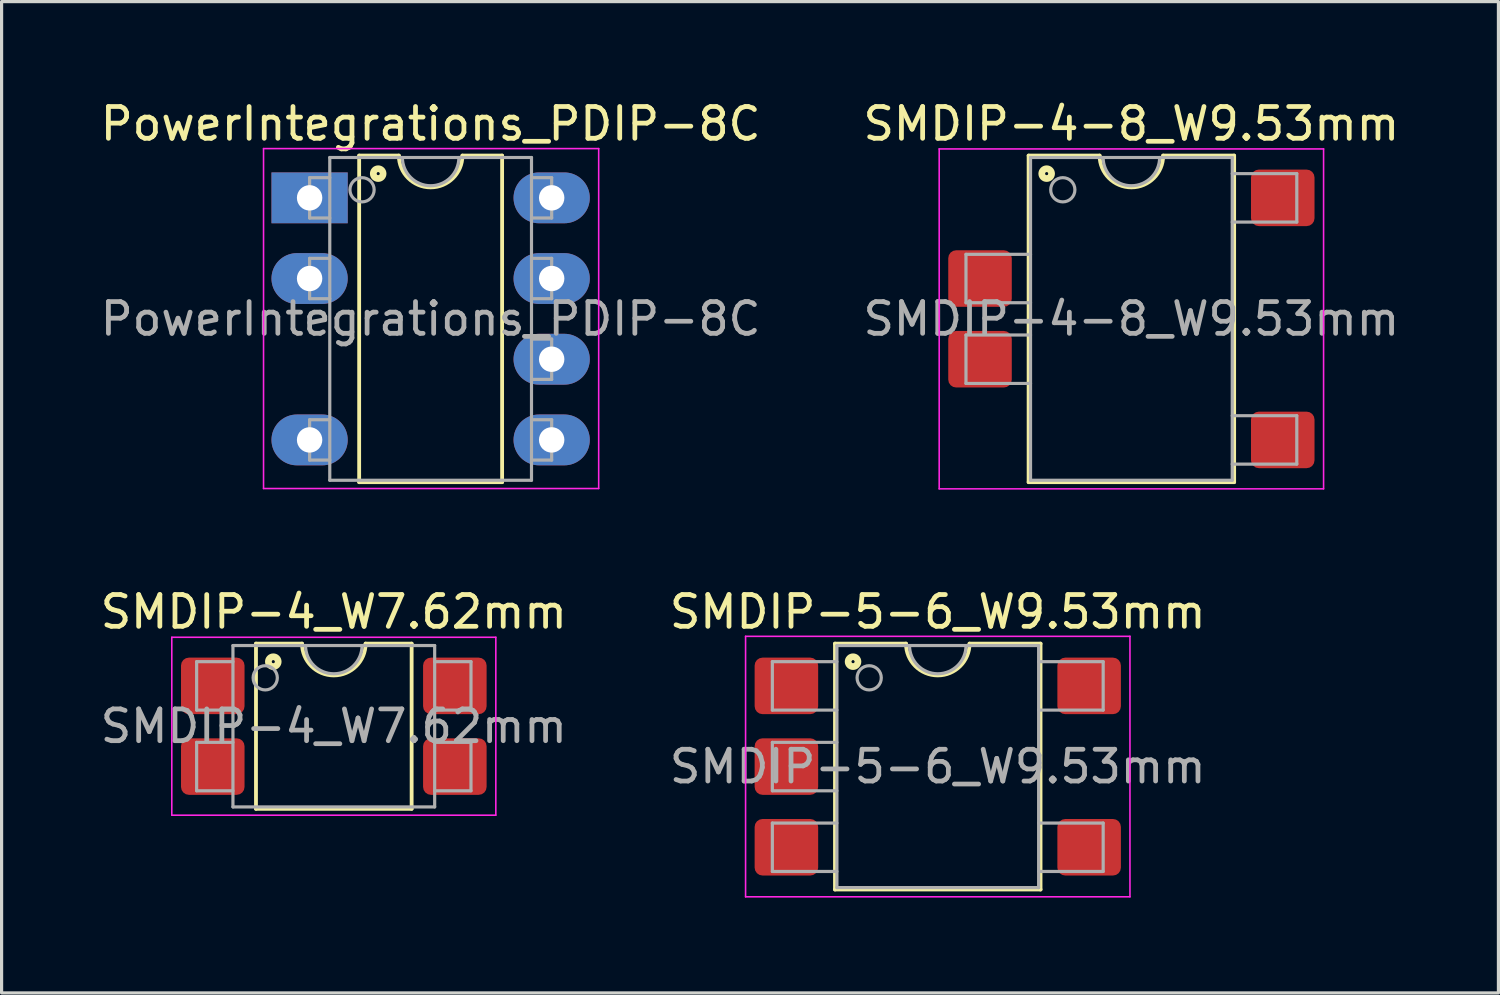
<source format=kicad_pcb>
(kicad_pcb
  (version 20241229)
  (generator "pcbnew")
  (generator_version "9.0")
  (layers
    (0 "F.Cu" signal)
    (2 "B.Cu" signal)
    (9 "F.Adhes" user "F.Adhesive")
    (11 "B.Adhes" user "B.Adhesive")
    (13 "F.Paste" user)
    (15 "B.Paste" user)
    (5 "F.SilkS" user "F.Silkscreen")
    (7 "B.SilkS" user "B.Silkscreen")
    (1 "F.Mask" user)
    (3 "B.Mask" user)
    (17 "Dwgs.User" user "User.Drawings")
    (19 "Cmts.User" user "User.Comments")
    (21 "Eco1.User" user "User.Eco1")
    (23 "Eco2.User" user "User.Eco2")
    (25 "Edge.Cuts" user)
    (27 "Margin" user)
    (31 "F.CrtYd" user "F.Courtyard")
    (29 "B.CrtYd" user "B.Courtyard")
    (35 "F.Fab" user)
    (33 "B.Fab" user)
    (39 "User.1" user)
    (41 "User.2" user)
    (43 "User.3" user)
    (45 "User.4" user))
  (footprint "SMDIP-5-6_W9.53mm"
    (layer "F.Cu")
    (at 26.47 21.081)
    (property "Reference" "SMDIP-5-6_W9.53mm" (at 0 -4.87 0) (layer "F.SilkS") (effects (font (size 1 1) (thickness 0.15))))
    (attr smd)
    (fp_line (start -3.235 -3.87) (end -3.235 3.87) (stroke (width 0.12) (type solid)) (layer "F.SilkS"))
    (fp_line (start -3.235 3.87) (end 3.235 3.87) (stroke (width 0.12) (type solid)) (layer "F.SilkS"))
    (fp_line (start -1 -3.87) (end -3.235 -3.87) (stroke (width 0.12) (type solid)) (layer "F.SilkS"))
    (fp_line (start 3.235 -3.87) (end 1 -3.87) (stroke (width 0.12) (type solid)) (layer "F.SilkS"))
    (fp_line (start 3.235 3.87) (end 3.235 -3.87) (stroke (width 0.12) (type solid)) (layer "F.SilkS"))
    (fp_arc (start 1 -3.87) (mid 0 -2.87) (end -1 -3.87) (stroke (width 0.12) (type solid)) (layer "F.SilkS"))
    (fp_circle (center -2.667 -3.302) (end -2.617 -3.302) (stroke (width 0.12) (type solid)) (fill no) (layer "F.SilkS"))
    (fp_circle (center -2.667 -3.302) (end -2.542 -3.302) (stroke (width 0.12) (type solid)) (fill no) (layer "F.SilkS"))
    (fp_circle (center -2.667 -3.302) (end -2.467 -3.302) (stroke (width 0.12) (type solid)) (fill no) (layer "F.SilkS"))
    (fp_line (start -6.05 -4.1) (end -6.05 4.1) (stroke (width 0.05) (type solid)) (layer "F.CrtYd"))
    (fp_line (start -6.05 4.1) (end 6.05 4.1) (stroke (width 0.05) (type solid)) (layer "F.CrtYd"))
    (fp_line (start 6.05 -4.1) (end -6.05 -4.1) (stroke (width 0.05) (type solid)) (layer "F.CrtYd"))
    (fp_line (start 6.05 4.1) (end 6.05 -4.1) (stroke (width 0.05) (type solid)) (layer "F.CrtYd"))
    (fp_line (start -5.207 -3.302) (end -5.207 -1.778) (stroke (width 0.1) (type solid)) (layer "F.Fab"))
    (fp_line (start -5.207 -3.302) (end -3.175 -3.302) (stroke (width 0.1) (type solid)) (layer "F.Fab"))
    (fp_line (start -5.207 -1.778) (end -3.175 -1.778) (stroke (width 0.1) (type solid)) (layer "F.Fab"))
    (fp_line (start -5.207 -0.762) (end -5.207 0.762) (stroke (width 0.1) (type solid)) (layer "F.Fab"))
    (fp_line (start -5.207 -0.762) (end -3.175 -0.762) (stroke (width 0.1) (type solid)) (layer "F.Fab"))
    (fp_line (start -5.207 0.762) (end -3.175 0.762) (stroke (width 0.1) (type solid)) (layer "F.Fab"))
    (fp_line (start -5.207 1.778) (end -5.207 3.302) (stroke (width 0.1) (type solid)) (layer "F.Fab"))
    (fp_line (start -5.207 1.778) (end -3.175 1.778) (stroke (width 0.1) (type solid)) (layer "F.Fab"))
    (fp_line (start -5.207 3.302) (end -3.175 3.302) (stroke (width 0.1) (type solid)) (layer "F.Fab"))
    (fp_line (start -3.175 -3.81) (end 3.175 -3.81) (stroke (width 0.1) (type solid)) (layer "F.Fab"))
    (fp_line (start -3.175 3.81) (end -3.175 -3.81) (stroke (width 0.1) (type solid)) (layer "F.Fab"))
    (fp_line (start 3.175 -3.81) (end 3.175 3.81) (stroke (width 0.1) (type solid)) (layer "F.Fab"))
    (fp_line (start 3.175 3.81) (end -3.175 3.81) (stroke (width 0.1) (type solid)) (layer "F.Fab"))
    (fp_line (start 5.207 -3.302) (end 3.175 -3.302) (stroke (width 0.1) (type solid)) (layer "F.Fab"))
    (fp_line (start 5.207 -1.778) (end 3.175 -1.778) (stroke (width 0.1) (type solid)) (layer "F.Fab"))
    (fp_line (start 5.207 -1.778) (end 5.207 -3.302) (stroke (width 0.1) (type solid)) (layer "F.Fab"))
    (fp_line (start 5.207 1.778) (end 3.175 1.778) (stroke (width 0.1) (type solid)) (layer "F.Fab"))
    (fp_line (start 5.207 3.302) (end 3.175 3.302) (stroke (width 0.1) (type solid)) (layer "F.Fab"))
    (fp_line (start 5.207 3.302) (end 5.207 1.778) (stroke (width 0.1) (type solid)) (layer "F.Fab"))
    (fp_arc (start 0.889 -3.81) (mid 0 -2.921) (end -0.889 -3.81) (stroke (width 0.1) (type solid)) (layer "F.Fab"))
    (fp_circle (center -2.159 -2.794) (end -1.778 -2.794) (stroke (width 0.1) (type solid)) (fill no) (layer "F.Fab"))
    (fp_text user "${REFERENCE}" (at 0 0 0) (layer "F.Fab") (effects (font (size 1 1) (thickness 0.15))))
    (pad "1" smd roundrect (at -4.765 -2.54) (size 2 1.78) (layers "F.Cu" "F.Mask" "F.Paste") (roundrect_rratio 0.14))
    (pad "2" smd roundrect (at -4.765 0) (size 2 1.78) (layers "F.Cu" "F.Mask" "F.Paste") (roundrect_rratio 0.14))
    (pad "3" smd roundrect (at -4.765 2.54) (size 2 1.78) (layers "F.Cu" "F.Mask" "F.Paste") (roundrect_rratio 0.14))
    (pad "4" smd roundrect (at 4.765 2.54) (size 2 1.78) (layers "F.Cu" "F.Mask" "F.Paste") (roundrect_rratio 0.14))
    (pad "6" smd roundrect (at 4.765 -2.54) (size 2 1.78) (layers "F.Cu" "F.Mask" "F.Paste") (roundrect_rratio 0.14)))
  (footprint "SMDIP-4_W7.62mm"
    (layer "F.Cu")
    (at 7.458 19.811)
    (property "Reference" "SMDIP-4_W7.62mm" (at 0 -3.6 0) (layer "F.SilkS") (effects (font (size 1 1) (thickness 0.15))))
    (attr smd)
    (fp_line (start -2.45 -2.6) (end -2.45 2.6) (stroke (width 0.12) (type solid)) (layer "F.SilkS"))
    (fp_line (start -2.45 2.6) (end 2.45 2.6) (stroke (width 0.12) (type solid)) (layer "F.SilkS"))
    (fp_line (start -1 -2.6) (end -2.45 -2.6) (stroke (width 0.12) (type solid)) (layer "F.SilkS"))
    (fp_line (start 2.45 -2.6) (end 1 -2.6) (stroke (width 0.12) (type solid)) (layer "F.SilkS"))
    (fp_line (start 2.45 2.6) (end 2.45 -2.6) (stroke (width 0.12) (type solid)) (layer "F.SilkS"))
    (fp_arc (start 1 -2.6) (mid 0 -1.6) (end -1 -2.6) (stroke (width 0.12) (type solid)) (layer "F.SilkS"))
    (fp_circle (center -1.905 -2.032) (end -1.855 -2.032) (stroke (width 0.12) (type solid)) (fill no) (layer "F.SilkS"))
    (fp_circle (center -1.905 -2.032) (end -1.78 -2.032) (stroke (width 0.12) (type solid)) (fill no) (layer "F.SilkS"))
    (fp_circle (center -1.905 -2.032) (end -1.705 -2.032) (stroke (width 0.12) (type solid)) (fill no) (layer "F.SilkS"))
    (fp_line (start -5.1 -2.8) (end -5.1 2.8) (stroke (width 0.05) (type solid)) (layer "F.CrtYd"))
    (fp_line (start -5.1 2.8) (end 5.1 2.8) (stroke (width 0.05) (type solid)) (layer "F.CrtYd"))
    (fp_line (start 5.1 -2.8) (end -5.1 -2.8) (stroke (width 0.05) (type solid)) (layer "F.CrtYd"))
    (fp_line (start 5.1 2.8) (end 5.1 -2.8) (stroke (width 0.05) (type solid)) (layer "F.CrtYd"))
    (fp_line (start -4.318 -2.032) (end -4.318 -0.508) (stroke (width 0.1) (type solid)) (layer "F.Fab"))
    (fp_line (start -4.318 -2.032) (end -3.175 -2.032) (stroke (width 0.1) (type solid)) (layer "F.Fab"))
    (fp_line (start -4.318 -0.508) (end -3.175 -0.508) (stroke (width 0.1) (type solid)) (layer "F.Fab"))
    (fp_line (start -4.318 0.508) (end -4.318 2.032) (stroke (width 0.1) (type solid)) (layer "F.Fab"))
    (fp_line (start -4.318 0.508) (end -3.175 0.508) (stroke (width 0.1) (type solid)) (layer "F.Fab"))
    (fp_line (start -4.318 2.032) (end -3.175 2.032) (stroke (width 0.1) (type solid)) (layer "F.Fab"))
    (fp_line (start -3.175 -2.54) (end 3.175 -2.54) (stroke (width 0.1) (type solid)) (layer "F.Fab"))
    (fp_line (start -3.175 2.54) (end -3.175 -2.54) (stroke (width 0.1) (type solid)) (layer "F.Fab"))
    (fp_line (start 3.175 -2.54) (end 3.175 2.54) (stroke (width 0.1) (type solid)) (layer "F.Fab"))
    (fp_line (start 3.175 2.54) (end -3.175 2.54) (stroke (width 0.1) (type solid)) (layer "F.Fab"))
    (fp_line (start 4.318 -2.032) (end 3.175 -2.032) (stroke (width 0.1) (type solid)) (layer "F.Fab"))
    (fp_line (start 4.318 -0.508) (end 3.175 -0.508) (stroke (width 0.1) (type solid)) (layer "F.Fab"))
    (fp_line (start 4.318 -0.508) (end 4.318 -2.032) (stroke (width 0.1) (type solid)) (layer "F.Fab"))
    (fp_line (start 4.318 0.508) (end 3.175 0.508) (stroke (width 0.1) (type solid)) (layer "F.Fab"))
    (fp_line (start 4.318 2.032) (end 3.175 2.032) (stroke (width 0.1) (type solid)) (layer "F.Fab"))
    (fp_line (start 4.318 2.032) (end 4.318 0.508) (stroke (width 0.1) (type solid)) (layer "F.Fab"))
    (fp_arc (start 0.889 -2.54) (mid 0 -1.651) (end -0.889 -2.54) (stroke (width 0.1) (type solid)) (layer "F.Fab"))
    (fp_circle (center -2.159 -1.524) (end -1.778 -1.524) (stroke (width 0.1) (type solid)) (fill no) (layer "F.Fab"))
    (fp_text user "${REFERENCE}" (at 0 0 0) (layer "F.Fab") (effects (font (size 1 1) (thickness 0.15))))
    (pad "1" smd roundrect (at -3.81 -1.27) (size 2 1.78) (layers "F.Cu" "F.Mask" "F.Paste") (roundrect_rratio 0.14))
    (pad "2" smd roundrect (at -3.81 1.27) (size 2 1.78) (layers "F.Cu" "F.Mask" "F.Paste") (roundrect_rratio 0.14))
    (pad "3" smd roundrect (at 3.81 1.27) (size 2 1.78) (layers "F.Cu" "F.Mask" "F.Paste") (roundrect_rratio 0.14))
    (pad "4" smd roundrect (at 3.81 -1.27) (size 2 1.78) (layers "F.Cu" "F.Mask" "F.Paste") (roundrect_rratio 0.14)))
  (footprint "PowerIntegrations_PDIP-8C"
    (layer "F.Cu")
    (at 6.696 3.178)
    (property "Reference" "PowerIntegrations_PDIP-8C" (at 3.81 -2.33 0) (layer "F.SilkS") (effects (font (size 1 1) (thickness 0.15))))
    (attr through_hole)
    (fp_line (start 1.56 -1.33) (end 1.56 8.95) (stroke (width 0.12) (type solid)) (layer "F.SilkS"))
    (fp_line (start 1.56 8.95) (end 6.06 8.95) (stroke (width 0.12) (type solid)) (layer "F.SilkS"))
    (fp_line (start 2.81 -1.33) (end 1.56 -1.33) (stroke (width 0.12) (type solid)) (layer "F.SilkS"))
    (fp_line (start 6.06 -1.33) (end 4.81 -1.33) (stroke (width 0.12) (type solid)) (layer "F.SilkS"))
    (fp_line (start 6.06 8.95) (end 6.06 -1.33) (stroke (width 0.12) (type solid)) (layer "F.SilkS"))
    (fp_arc (start 4.81 -1.33) (mid 3.81 -0.33) (end 2.81 -1.33) (stroke (width 0.12) (type solid)) (layer "F.SilkS"))
    (fp_circle (center 2.159 -0.762) (end 2.209 -0.762) (stroke (width 0.12) (type solid)) (fill no) (layer "F.SilkS"))
    (fp_circle (center 2.159 -0.762) (end 2.284 -0.762) (stroke (width 0.12) (type solid)) (fill no) (layer "F.SilkS"))
    (fp_circle (center 2.159 -0.762) (end 2.359 -0.762) (stroke (width 0.12) (type solid)) (fill no) (layer "F.SilkS"))
    (fp_line (start -1.45 -1.55) (end -1.45 9.15) (stroke (width 0.05) (type solid)) (layer "F.CrtYd"))
    (fp_line (start -1.45 9.15) (end 9.1 9.15) (stroke (width 0.05) (type solid)) (layer "F.CrtYd"))
    (fp_line (start 9.1 -1.55) (end -1.45 -1.55) (stroke (width 0.05) (type solid)) (layer "F.CrtYd"))
    (fp_line (start 9.1 9.15) (end 9.1 -1.55) (stroke (width 0.05) (type solid)) (layer "F.CrtYd"))
    (fp_line (start 0 -0.635) (end 0 0.635) (stroke (width 0.1) (type solid)) (layer "F.Fab"))
    (fp_line (start 0 -0.635) (end 0.635 -0.635) (stroke (width 0.1) (type solid)) (layer "F.Fab"))
    (fp_line (start 0 0.635) (end 0.635 0.635) (stroke (width 0.1) (type solid)) (layer "F.Fab"))
    (fp_line (start 0 1.905) (end 0 3.175) (stroke (width 0.1) (type solid)) (layer "F.Fab"))
    (fp_line (start 0 1.905) (end 0.635 1.905) (stroke (width 0.1) (type solid)) (layer "F.Fab"))
    (fp_line (start 0 3.175) (end 0.635 3.175) (stroke (width 0.1) (type solid)) (layer "F.Fab"))
    (fp_line (start 0 6.985) (end 0 8.255) (stroke (width 0.1) (type solid)) (layer "F.Fab"))
    (fp_line (start 0 6.985) (end 0.635 6.985) (stroke (width 0.1) (type solid)) (layer "F.Fab"))
    (fp_line (start 0 8.255) (end 0.635 8.255) (stroke (width 0.1) (type solid)) (layer "F.Fab"))
    (fp_line (start 0.635 -1.27) (end 6.985 -1.27) (stroke (width 0.1) (type solid)) (layer "F.Fab"))
    (fp_line (start 0.635 8.89) (end 0.635 -1.27) (stroke (width 0.1) (type solid)) (layer "F.Fab"))
    (fp_line (start 6.985 -1.27) (end 6.985 8.89) (stroke (width 0.1) (type solid)) (layer "F.Fab"))
    (fp_line (start 6.985 8.89) (end 0.635 8.89) (stroke (width 0.1) (type solid)) (layer "F.Fab"))
    (fp_line (start 7.62 -0.635) (end 6.985 -0.635) (stroke (width 0.1) (type solid)) (layer "F.Fab"))
    (fp_line (start 7.62 0.635) (end 6.985 0.635) (stroke (width 0.1) (type solid)) (layer "F.Fab"))
    (fp_line (start 7.62 0.635) (end 7.62 -0.635) (stroke (width 0.1) (type solid)) (layer "F.Fab"))
    (fp_line (start 7.62 1.905) (end 6.985 1.905) (stroke (width 0.1) (type solid)) (layer "F.Fab"))
    (fp_line (start 7.62 3.175) (end 6.985 3.175) (stroke (width 0.1) (type solid)) (layer "F.Fab"))
    (fp_line (start 7.62 3.175) (end 7.62 1.905) (stroke (width 0.1) (type solid)) (layer "F.Fab"))
    (fp_line (start 7.62 4.445) (end 6.985 4.445) (stroke (width 0.1) (type solid)) (layer "F.Fab"))
    (fp_line (start 7.62 5.715) (end 6.985 5.715) (stroke (width 0.1) (type solid)) (layer "F.Fab"))
    (fp_line (start 7.62 5.715) (end 7.62 4.445) (stroke (width 0.1) (type solid)) (layer "F.Fab"))
    (fp_line (start 7.62 6.985) (end 6.985 6.985) (stroke (width 0.1) (type solid)) (layer "F.Fab"))
    (fp_line (start 7.62 8.255) (end 6.985 8.255) (stroke (width 0.1) (type solid)) (layer "F.Fab"))
    (fp_line (start 7.62 8.255) (end 7.62 6.985) (stroke (width 0.1) (type solid)) (layer "F.Fab"))
    (fp_arc (start 4.699 -1.27) (mid 3.81 -0.381) (end 2.921 -1.27) (stroke (width 0.1) (type solid)) (layer "F.Fab"))
    (fp_circle (center 1.651 -0.254) (end 2.032 -0.254) (stroke (width 0.1) (type solid)) (fill no) (layer "F.Fab"))
    (fp_text user "${REFERENCE}" (at 3.81 3.81 0) (layer "F.Fab") (effects (font (size 1 1) (thickness 0.15))))
    (pad "1" thru_hole rect (at 0 0) (size 2.4 1.6) (drill 0.8) (layers "*.Cu" "*.Mask"))
    (pad "2" thru_hole oval (at 0 2.54) (size 2.4 1.6) (drill 0.8) (layers "*.Cu" "*.Mask"))
    (pad "4" thru_hole oval (at 0 7.62) (size 2.4 1.6) (drill 0.8) (layers "*.Cu" "*.Mask"))
    (pad "5" thru_hole oval (at 7.62 7.62) (size 2.4 1.6) (drill 0.8) (layers "*.Cu" "*.Mask"))
    (pad "6" thru_hole oval (at 7.62 5.08) (size 2.4 1.6) (drill 0.8) (layers "*.Cu" "*.Mask"))
    (pad "7" thru_hole oval (at 7.62 2.54) (size 2.4 1.6) (drill 0.8) (layers "*.Cu" "*.Mask"))
    (pad "8" thru_hole oval (at 7.62 0) (size 2.4 1.6) (drill 0.8) (layers "*.Cu" "*.Mask")))
  (footprint "SMDIP-4-8_W9.53mm"
    (layer "F.Cu")
    (at 32.565 6.988)
    (property "Reference" "SMDIP-4-8_W9.53mm" (at 0 -6.14 0) (layer "F.SilkS") (effects (font (size 1 1) (thickness 0.15))))
    (attr smd)
    (fp_line (start -3.235 -5.14) (end -3.235 5.14) (stroke (width 0.12) (type solid)) (layer "F.SilkS"))
    (fp_line (start -3.235 5.14) (end 3.235 5.14) (stroke (width 0.12) (type solid)) (layer "F.SilkS"))
    (fp_line (start -1 -5.14) (end -3.235 -5.14) (stroke (width 0.12) (type solid)) (layer "F.SilkS"))
    (fp_line (start 3.235 -5.14) (end 1 -5.14) (stroke (width 0.12) (type solid)) (layer "F.SilkS"))
    (fp_line (start 3.235 5.14) (end 3.235 -5.14) (stroke (width 0.12) (type solid)) (layer "F.SilkS"))
    (fp_arc (start 1 -5.14) (mid 0 -4.14) (end -1 -5.14) (stroke (width 0.12) (type solid)) (layer "F.SilkS"))
    (fp_circle (center -2.667 -4.572) (end -2.617 -4.572) (stroke (width 0.12) (type solid)) (fill no) (layer "F.SilkS"))
    (fp_circle (center -2.667 -4.572) (end -2.542 -4.572) (stroke (width 0.12) (type solid)) (fill no) (layer "F.SilkS"))
    (fp_circle (center -2.667 -4.572) (end -2.467 -4.572) (stroke (width 0.12) (type solid)) (fill no) (layer "F.SilkS"))
    (fp_line (start -6.05 -5.35) (end -6.05 5.35) (stroke (width 0.05) (type solid)) (layer "F.CrtYd"))
    (fp_line (start -6.05 5.35) (end 6.05 5.35) (stroke (width 0.05) (type solid)) (layer "F.CrtYd"))
    (fp_line (start 6.05 -5.35) (end -6.05 -5.35) (stroke (width 0.05) (type solid)) (layer "F.CrtYd"))
    (fp_line (start 6.05 5.35) (end 6.05 -5.35) (stroke (width 0.05) (type solid)) (layer "F.CrtYd"))
    (fp_line (start -5.207 -2.032) (end -5.207 -0.508) (stroke (width 0.1) (type solid)) (layer "F.Fab"))
    (fp_line (start -5.207 -2.032) (end -3.175 -2.032) (stroke (width 0.1) (type solid)) (layer "F.Fab"))
    (fp_line (start -5.207 -0.508) (end -3.175 -0.508) (stroke (width 0.1) (type solid)) (layer "F.Fab"))
    (fp_line (start -5.207 0.508) (end -5.207 2.032) (stroke (width 0.1) (type solid)) (layer "F.Fab"))
    (fp_line (start -5.207 0.508) (end -3.175 0.508) (stroke (width 0.1) (type solid)) (layer "F.Fab"))
    (fp_line (start -5.207 2.032) (end -3.175 2.032) (stroke (width 0.1) (type solid)) (layer "F.Fab"))
    (fp_line (start -3.175 -5.08) (end 3.175 -5.08) (stroke (width 0.1) (type solid)) (layer "F.Fab"))
    (fp_line (start -3.175 5.08) (end -3.175 -5.08) (stroke (width 0.1) (type solid)) (layer "F.Fab"))
    (fp_line (start 3.175 -5.08) (end 3.175 5.08) (stroke (width 0.1) (type solid)) (layer "F.Fab"))
    (fp_line (start 3.175 5.08) (end -3.175 5.08) (stroke (width 0.1) (type solid)) (layer "F.Fab"))
    (fp_line (start 5.207 -4.572) (end 3.175 -4.572) (stroke (width 0.1) (type solid)) (layer "F.Fab"))
    (fp_line (start 5.207 -3.048) (end 3.175 -3.048) (stroke (width 0.1) (type solid)) (layer "F.Fab"))
    (fp_line (start 5.207 -3.048) (end 5.207 -4.572) (stroke (width 0.1) (type solid)) (layer "F.Fab"))
    (fp_line (start 5.207 3.048) (end 3.175 3.048) (stroke (width 0.1) (type solid)) (layer "F.Fab"))
    (fp_line (start 5.207 4.572) (end 3.175 4.572) (stroke (width 0.1) (type solid)) (layer "F.Fab"))
    (fp_line (start 5.207 4.572) (end 5.207 3.048) (stroke (width 0.1) (type solid)) (layer "F.Fab"))
    (fp_arc (start 0.889 -5.08) (mid 0 -4.191) (end -0.889 -5.08) (stroke (width 0.1) (type solid)) (layer "F.Fab"))
    (fp_circle (center -2.159 -4.064) (end -1.778 -4.064) (stroke (width 0.1) (type solid)) (fill no) (layer "F.Fab"))
    (fp_text user "${REFERENCE}" (at 0 0 0) (layer "F.Fab") (effects (font (size 1 1) (thickness 0.15))))
    (pad "2" smd roundrect (at -4.765 -1.27) (size 2 1.78) (layers "F.Cu" "F.Mask" "F.Paste") (roundrect_rratio 0.14))
    (pad "3" smd roundrect (at -4.765 1.27) (size 2 1.78) (layers "F.Cu" "F.Mask" "F.Paste") (roundrect_rratio 0.14))
    (pad "5" smd roundrect (at 4.765 3.81) (size 2 1.78) (layers "F.Cu" "F.Mask" "F.Paste") (roundrect_rratio 0.14))
    (pad "8" smd roundrect (at 4.765 -3.81) (size 2 1.78) (layers "F.Cu" "F.Mask" "F.Paste") (roundrect_rratio 0.14)))
  (gr_rect
    (start -3 -3)
    (end 44.119 28.206)
    (stroke (width 0.1) (type default))
    (fill no)
    (layer "Edge.Cuts")))
</source>
